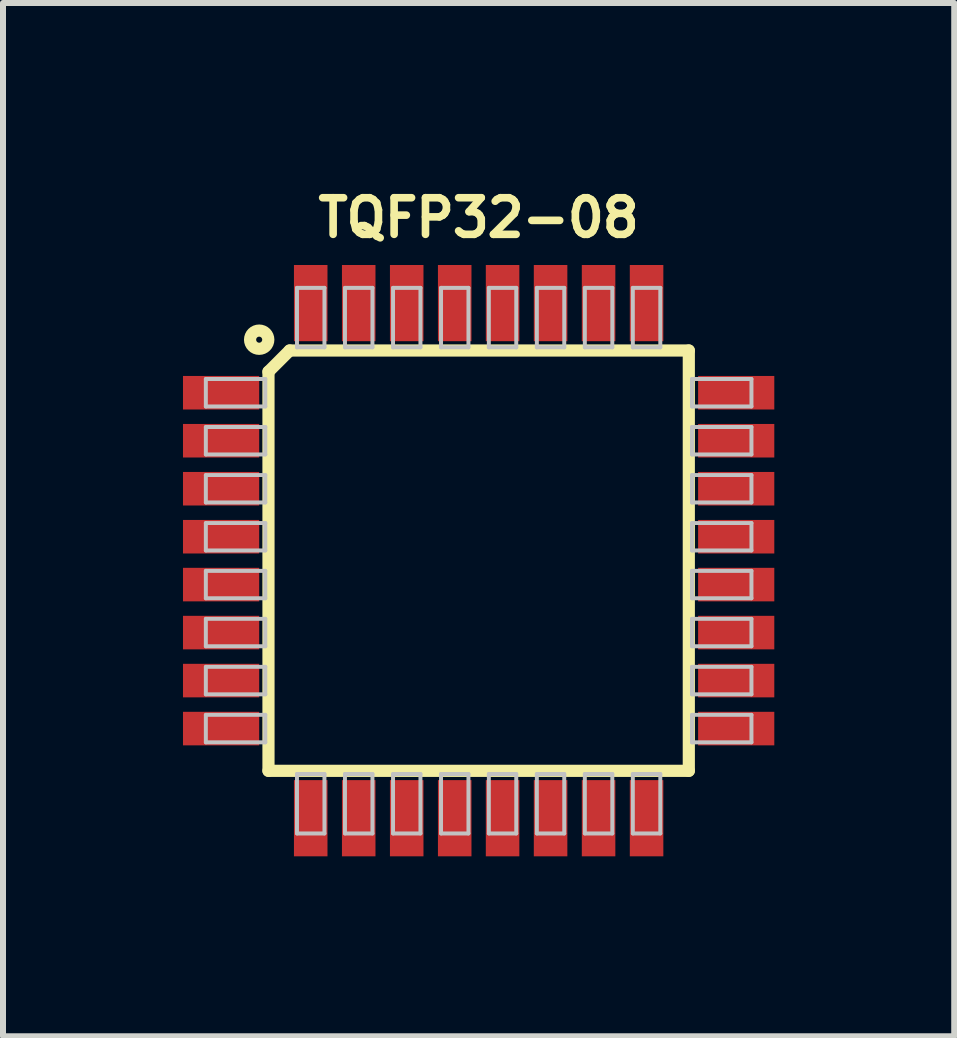
<source format=kicad_pcb>
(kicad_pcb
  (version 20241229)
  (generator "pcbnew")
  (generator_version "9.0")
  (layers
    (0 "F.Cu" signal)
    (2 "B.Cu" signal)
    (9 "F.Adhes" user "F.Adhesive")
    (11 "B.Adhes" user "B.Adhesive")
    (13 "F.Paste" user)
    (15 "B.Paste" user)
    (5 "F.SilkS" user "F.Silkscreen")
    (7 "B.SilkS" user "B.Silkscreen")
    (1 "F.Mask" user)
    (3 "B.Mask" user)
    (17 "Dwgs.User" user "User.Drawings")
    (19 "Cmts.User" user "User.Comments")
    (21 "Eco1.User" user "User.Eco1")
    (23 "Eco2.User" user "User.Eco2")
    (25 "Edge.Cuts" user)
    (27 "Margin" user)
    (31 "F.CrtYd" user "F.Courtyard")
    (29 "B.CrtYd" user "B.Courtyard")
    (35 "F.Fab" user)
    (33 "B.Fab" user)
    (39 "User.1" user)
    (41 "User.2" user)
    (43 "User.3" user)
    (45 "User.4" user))
  (footprint "TQFP32-08"
    (layer "F.Cu")
    (at 4.928 6.295)
    (property "Reference" "TQFP32-08" (at 0 -5.715 0) (layer "F.SilkS") (effects (font (size 0.61 0.61) (thickness 0.127))))
    (attr smd)
    (fp_line (start -3.503 3.503) (end -3.503 -3.15) (stroke (width 0.203) (type solid)) (layer "F.SilkS"))
    (fp_line (start -3.15 -3.503) (end -3.503 -3.15) (stroke (width 0.203) (type solid)) (layer "F.SilkS"))
    (fp_line (start -3.15 -3.503) (end 3.503 -3.503) (stroke (width 0.203) (type solid)) (layer "F.SilkS"))
    (fp_line (start 3.503 -3.503) (end 3.503 3.503) (stroke (width 0.203) (type solid)) (layer "F.SilkS"))
    (fp_line (start 3.503 3.503) (end -3.503 3.503) (stroke (width 0.203) (type solid)) (layer "F.SilkS"))
    (fp_circle (center -3.658 -3.683) (end -3.658 -3.835) (stroke (width 0.203) (type solid)) (fill no) (layer "F.SilkS"))
    (fp_line (start -4.547 -3.028) (end -3.556 -3.028) (stroke (width 0.066) (type solid)) (layer "Dwgs.User"))
    (fp_line (start -4.547 -2.57) (end -4.547 -3.028) (stroke (width 0.066) (type solid)) (layer "Dwgs.User"))
    (fp_line (start -4.547 -2.57) (end -3.556 -2.57) (stroke (width 0.066) (type solid)) (layer "Dwgs.User"))
    (fp_line (start -4.547 -2.228) (end -3.556 -2.228) (stroke (width 0.066) (type solid)) (layer "Dwgs.User"))
    (fp_line (start -4.547 -1.77) (end -4.547 -2.228) (stroke (width 0.066) (type solid)) (layer "Dwgs.User"))
    (fp_line (start -4.547 -1.77) (end -3.556 -1.77) (stroke (width 0.066) (type solid)) (layer "Dwgs.User"))
    (fp_line (start -4.547 -1.427) (end -3.556 -1.427) (stroke (width 0.066) (type solid)) (layer "Dwgs.User"))
    (fp_line (start -4.547 -0.97) (end -4.547 -1.427) (stroke (width 0.066) (type solid)) (layer "Dwgs.User"))
    (fp_line (start -4.547 -0.97) (end -3.556 -0.97) (stroke (width 0.066) (type solid)) (layer "Dwgs.User"))
    (fp_line (start -4.547 -0.627) (end -3.556 -0.627) (stroke (width 0.066) (type solid)) (layer "Dwgs.User"))
    (fp_line (start -4.547 -0.17) (end -4.547 -0.627) (stroke (width 0.066) (type solid)) (layer "Dwgs.User"))
    (fp_line (start -4.547 -0.17) (end -3.556 -0.17) (stroke (width 0.066) (type solid)) (layer "Dwgs.User"))
    (fp_line (start -4.547 0.17) (end -3.556 0.17) (stroke (width 0.066) (type solid)) (layer "Dwgs.User"))
    (fp_line (start -4.547 0.627) (end -4.547 0.17) (stroke (width 0.066) (type solid)) (layer "Dwgs.User"))
    (fp_line (start -4.547 0.627) (end -3.556 0.627) (stroke (width 0.066) (type solid)) (layer "Dwgs.User"))
    (fp_line (start -4.547 0.97) (end -3.556 0.97) (stroke (width 0.066) (type solid)) (layer "Dwgs.User"))
    (fp_line (start -4.547 1.427) (end -4.547 0.97) (stroke (width 0.066) (type solid)) (layer "Dwgs.User"))
    (fp_line (start -4.547 1.427) (end -3.556 1.427) (stroke (width 0.066) (type solid)) (layer "Dwgs.User"))
    (fp_line (start -4.547 1.77) (end -3.556 1.77) (stroke (width 0.066) (type solid)) (layer "Dwgs.User"))
    (fp_line (start -4.547 2.228) (end -4.547 1.77) (stroke (width 0.066) (type solid)) (layer "Dwgs.User"))
    (fp_line (start -4.547 2.228) (end -3.556 2.228) (stroke (width 0.066) (type solid)) (layer "Dwgs.User"))
    (fp_line (start -4.547 2.57) (end -3.556 2.57) (stroke (width 0.066) (type solid)) (layer "Dwgs.User"))
    (fp_line (start -4.547 3.028) (end -4.547 2.57) (stroke (width 0.066) (type solid)) (layer "Dwgs.User"))
    (fp_line (start -4.547 3.028) (end -3.556 3.028) (stroke (width 0.066) (type solid)) (layer "Dwgs.User"))
    (fp_line (start -3.556 -2.57) (end -3.556 -3.028) (stroke (width 0.066) (type solid)) (layer "Dwgs.User"))
    (fp_line (start -3.556 -1.77) (end -3.556 -2.228) (stroke (width 0.066) (type solid)) (layer "Dwgs.User"))
    (fp_line (start -3.556 -0.97) (end -3.556 -1.427) (stroke (width 0.066) (type solid)) (layer "Dwgs.User"))
    (fp_line (start -3.556 -0.17) (end -3.556 -0.627) (stroke (width 0.066) (type solid)) (layer "Dwgs.User"))
    (fp_line (start -3.556 0.627) (end -3.556 0.17) (stroke (width 0.066) (type solid)) (layer "Dwgs.User"))
    (fp_line (start -3.556 1.427) (end -3.556 0.97) (stroke (width 0.066) (type solid)) (layer "Dwgs.User"))
    (fp_line (start -3.556 2.228) (end -3.556 1.77) (stroke (width 0.066) (type solid)) (layer "Dwgs.User"))
    (fp_line (start -3.556 3.028) (end -3.556 2.57) (stroke (width 0.066) (type solid)) (layer "Dwgs.User"))
    (fp_line (start -3.028 -4.547) (end -2.57 -4.547) (stroke (width 0.066) (type solid)) (layer "Dwgs.User"))
    (fp_line (start -3.028 -3.556) (end -3.028 -4.547) (stroke (width 0.066) (type solid)) (layer "Dwgs.User"))
    (fp_line (start -3.028 -3.556) (end -2.57 -3.556) (stroke (width 0.066) (type solid)) (layer "Dwgs.User"))
    (fp_line (start -3.028 3.556) (end -2.57 3.556) (stroke (width 0.066) (type solid)) (layer "Dwgs.User"))
    (fp_line (start -3.028 4.547) (end -3.028 3.556) (stroke (width 0.066) (type solid)) (layer "Dwgs.User"))
    (fp_line (start -3.028 4.547) (end -2.57 4.547) (stroke (width 0.066) (type solid)) (layer "Dwgs.User"))
    (fp_line (start -2.57 -3.556) (end -2.57 -4.547) (stroke (width 0.066) (type solid)) (layer "Dwgs.User"))
    (fp_line (start -2.57 4.547) (end -2.57 3.556) (stroke (width 0.066) (type solid)) (layer "Dwgs.User"))
    (fp_line (start -2.228 -4.547) (end -1.77 -4.547) (stroke (width 0.066) (type solid)) (layer "Dwgs.User"))
    (fp_line (start -2.228 -3.556) (end -2.228 -4.547) (stroke (width 0.066) (type solid)) (layer "Dwgs.User"))
    (fp_line (start -2.228 -3.556) (end -1.77 -3.556) (stroke (width 0.066) (type solid)) (layer "Dwgs.User"))
    (fp_line (start -2.228 3.556) (end -1.77 3.556) (stroke (width 0.066) (type solid)) (layer "Dwgs.User"))
    (fp_line (start -2.228 4.547) (end -2.228 3.556) (stroke (width 0.066) (type solid)) (layer "Dwgs.User"))
    (fp_line (start -2.228 4.547) (end -1.77 4.547) (stroke (width 0.066) (type solid)) (layer "Dwgs.User"))
    (fp_line (start -1.77 -3.556) (end -1.77 -4.547) (stroke (width 0.066) (type solid)) (layer "Dwgs.User"))
    (fp_line (start -1.77 4.547) (end -1.77 3.556) (stroke (width 0.066) (type solid)) (layer "Dwgs.User"))
    (fp_line (start -1.427 -4.547) (end -0.97 -4.547) (stroke (width 0.066) (type solid)) (layer "Dwgs.User"))
    (fp_line (start -1.427 -3.556) (end -1.427 -4.547) (stroke (width 0.066) (type solid)) (layer "Dwgs.User"))
    (fp_line (start -1.427 -3.556) (end -0.97 -3.556) (stroke (width 0.066) (type solid)) (layer "Dwgs.User"))
    (fp_line (start -1.427 3.556) (end -0.97 3.556) (stroke (width 0.066) (type solid)) (layer "Dwgs.User"))
    (fp_line (start -1.427 4.547) (end -1.427 3.556) (stroke (width 0.066) (type solid)) (layer "Dwgs.User"))
    (fp_line (start -1.427 4.547) (end -0.97 4.547) (stroke (width 0.066) (type solid)) (layer "Dwgs.User"))
    (fp_line (start -0.97 -3.556) (end -0.97 -4.547) (stroke (width 0.066) (type solid)) (layer "Dwgs.User"))
    (fp_line (start -0.97 4.547) (end -0.97 3.556) (stroke (width 0.066) (type solid)) (layer "Dwgs.User"))
    (fp_line (start -0.627 -4.547) (end -0.17 -4.547) (stroke (width 0.066) (type solid)) (layer "Dwgs.User"))
    (fp_line (start -0.627 -3.556) (end -0.627 -4.547) (stroke (width 0.066) (type solid)) (layer "Dwgs.User"))
    (fp_line (start -0.627 -3.556) (end -0.17 -3.556) (stroke (width 0.066) (type solid)) (layer "Dwgs.User"))
    (fp_line (start -0.627 3.556) (end -0.17 3.556) (stroke (width 0.066) (type solid)) (layer "Dwgs.User"))
    (fp_line (start -0.627 4.547) (end -0.627 3.556) (stroke (width 0.066) (type solid)) (layer "Dwgs.User"))
    (fp_line (start -0.627 4.547) (end -0.17 4.547) (stroke (width 0.066) (type solid)) (layer "Dwgs.User"))
    (fp_line (start -0.17 -3.556) (end -0.17 -4.547) (stroke (width 0.066) (type solid)) (layer "Dwgs.User"))
    (fp_line (start -0.17 4.547) (end -0.17 3.556) (stroke (width 0.066) (type solid)) (layer "Dwgs.User"))
    (fp_line (start 0.17 -4.547) (end 0.627 -4.547) (stroke (width 0.066) (type solid)) (layer "Dwgs.User"))
    (fp_line (start 0.17 -3.556) (end 0.17 -4.547) (stroke (width 0.066) (type solid)) (layer "Dwgs.User"))
    (fp_line (start 0.17 -3.556) (end 0.627 -3.556) (stroke (width 0.066) (type solid)) (layer "Dwgs.User"))
    (fp_line (start 0.17 3.556) (end 0.627 3.556) (stroke (width 0.066) (type solid)) (layer "Dwgs.User"))
    (fp_line (start 0.17 4.547) (end 0.17 3.556) (stroke (width 0.066) (type solid)) (layer "Dwgs.User"))
    (fp_line (start 0.17 4.547) (end 0.627 4.547) (stroke (width 0.066) (type solid)) (layer "Dwgs.User"))
    (fp_line (start 0.627 -3.556) (end 0.627 -4.547) (stroke (width 0.066) (type solid)) (layer "Dwgs.User"))
    (fp_line (start 0.627 4.547) (end 0.627 3.556) (stroke (width 0.066) (type solid)) (layer "Dwgs.User"))
    (fp_line (start 0.97 -4.547) (end 1.427 -4.547) (stroke (width 0.066) (type solid)) (layer "Dwgs.User"))
    (fp_line (start 0.97 -3.556) (end 0.97 -4.547) (stroke (width 0.066) (type solid)) (layer "Dwgs.User"))
    (fp_line (start 0.97 -3.556) (end 1.427 -3.556) (stroke (width 0.066) (type solid)) (layer "Dwgs.User"))
    (fp_line (start 0.97 3.556) (end 1.427 3.556) (stroke (width 0.066) (type solid)) (layer "Dwgs.User"))
    (fp_line (start 0.97 4.547) (end 0.97 3.556) (stroke (width 0.066) (type solid)) (layer "Dwgs.User"))
    (fp_line (start 0.97 4.547) (end 1.427 4.547) (stroke (width 0.066) (type solid)) (layer "Dwgs.User"))
    (fp_line (start 1.427 -3.556) (end 1.427 -4.547) (stroke (width 0.066) (type solid)) (layer "Dwgs.User"))
    (fp_line (start 1.427 4.547) (end 1.427 3.556) (stroke (width 0.066) (type solid)) (layer "Dwgs.User"))
    (fp_line (start 1.77 -4.547) (end 2.228 -4.547) (stroke (width 0.066) (type solid)) (layer "Dwgs.User"))
    (fp_line (start 1.77 -3.556) (end 1.77 -4.547) (stroke (width 0.066) (type solid)) (layer "Dwgs.User"))
    (fp_line (start 1.77 -3.556) (end 2.228 -3.556) (stroke (width 0.066) (type solid)) (layer "Dwgs.User"))
    (fp_line (start 1.77 3.556) (end 2.228 3.556) (stroke (width 0.066) (type solid)) (layer "Dwgs.User"))
    (fp_line (start 1.77 4.547) (end 1.77 3.556) (stroke (width 0.066) (type solid)) (layer "Dwgs.User"))
    (fp_line (start 1.77 4.547) (end 2.228 4.547) (stroke (width 0.066) (type solid)) (layer "Dwgs.User"))
    (fp_line (start 2.228 -3.556) (end 2.228 -4.547) (stroke (width 0.066) (type solid)) (layer "Dwgs.User"))
    (fp_line (start 2.228 4.547) (end 2.228 3.556) (stroke (width 0.066) (type solid)) (layer "Dwgs.User"))
    (fp_line (start 2.57 -4.547) (end 3.028 -4.547) (stroke (width 0.066) (type solid)) (layer "Dwgs.User"))
    (fp_line (start 2.57 -3.556) (end 2.57 -4.547) (stroke (width 0.066) (type solid)) (layer "Dwgs.User"))
    (fp_line (start 2.57 -3.556) (end 3.028 -3.556) (stroke (width 0.066) (type solid)) (layer "Dwgs.User"))
    (fp_line (start 2.57 3.556) (end 3.028 3.556) (stroke (width 0.066) (type solid)) (layer "Dwgs.User"))
    (fp_line (start 2.57 4.547) (end 2.57 3.556) (stroke (width 0.066) (type solid)) (layer "Dwgs.User"))
    (fp_line (start 2.57 4.547) (end 3.028 4.547) (stroke (width 0.066) (type solid)) (layer "Dwgs.User"))
    (fp_line (start 3.028 -3.556) (end 3.028 -4.547) (stroke (width 0.066) (type solid)) (layer "Dwgs.User"))
    (fp_line (start 3.028 4.547) (end 3.028 3.556) (stroke (width 0.066) (type solid)) (layer "Dwgs.User"))
    (fp_line (start 3.556 -3.028) (end 4.547 -3.028) (stroke (width 0.066) (type solid)) (layer "Dwgs.User"))
    (fp_line (start 3.556 -2.57) (end 3.556 -3.028) (stroke (width 0.066) (type solid)) (layer "Dwgs.User"))
    (fp_line (start 3.556 -2.57) (end 4.547 -2.57) (stroke (width 0.066) (type solid)) (layer "Dwgs.User"))
    (fp_line (start 3.556 -2.228) (end 4.547 -2.228) (stroke (width 0.066) (type solid)) (layer "Dwgs.User"))
    (fp_line (start 3.556 -1.77) (end 3.556 -2.228) (stroke (width 0.066) (type solid)) (layer "Dwgs.User"))
    (fp_line (start 3.556 -1.77) (end 4.547 -1.77) (stroke (width 0.066) (type solid)) (layer "Dwgs.User"))
    (fp_line (start 3.556 -1.427) (end 4.547 -1.427) (stroke (width 0.066) (type solid)) (layer "Dwgs.User"))
    (fp_line (start 3.556 -0.97) (end 3.556 -1.427) (stroke (width 0.066) (type solid)) (layer "Dwgs.User"))
    (fp_line (start 3.556 -0.97) (end 4.547 -0.97) (stroke (width 0.066) (type solid)) (layer "Dwgs.User"))
    (fp_line (start 3.556 -0.627) (end 4.547 -0.627) (stroke (width 0.066) (type solid)) (layer "Dwgs.User"))
    (fp_line (start 3.556 -0.17) (end 3.556 -0.627) (stroke (width 0.066) (type solid)) (layer "Dwgs.User"))
    (fp_line (start 3.556 -0.17) (end 4.547 -0.17) (stroke (width 0.066) (type solid)) (layer "Dwgs.User"))
    (fp_line (start 3.556 0.17) (end 4.547 0.17) (stroke (width 0.066) (type solid)) (layer "Dwgs.User"))
    (fp_line (start 3.556 0.627) (end 3.556 0.17) (stroke (width 0.066) (type solid)) (layer "Dwgs.User"))
    (fp_line (start 3.556 0.627) (end 4.547 0.627) (stroke (width 0.066) (type solid)) (layer "Dwgs.User"))
    (fp_line (start 3.556 0.97) (end 4.547 0.97) (stroke (width 0.066) (type solid)) (layer "Dwgs.User"))
    (fp_line (start 3.556 1.427) (end 3.556 0.97) (stroke (width 0.066) (type solid)) (layer "Dwgs.User"))
    (fp_line (start 3.556 1.427) (end 4.547 1.427) (stroke (width 0.066) (type solid)) (layer "Dwgs.User"))
    (fp_line (start 3.556 1.77) (end 4.547 1.77) (stroke (width 0.066) (type solid)) (layer "Dwgs.User"))
    (fp_line (start 3.556 2.228) (end 3.556 1.77) (stroke (width 0.066) (type solid)) (layer "Dwgs.User"))
    (fp_line (start 3.556 2.228) (end 4.547 2.228) (stroke (width 0.066) (type solid)) (layer "Dwgs.User"))
    (fp_line (start 3.556 2.57) (end 4.547 2.57) (stroke (width 0.066) (type solid)) (layer "Dwgs.User"))
    (fp_line (start 3.556 3.028) (end 3.556 2.57) (stroke (width 0.066) (type solid)) (layer "Dwgs.User"))
    (fp_line (start 3.556 3.028) (end 4.547 3.028) (stroke (width 0.066) (type solid)) (layer "Dwgs.User"))
    (fp_line (start 4.547 -2.57) (end 4.547 -3.028) (stroke (width 0.066) (type solid)) (layer "Dwgs.User"))
    (fp_line (start 4.547 -1.77) (end 4.547 -2.228) (stroke (width 0.066) (type solid)) (layer "Dwgs.User"))
    (fp_line (start 4.547 -0.97) (end 4.547 -1.427) (stroke (width 0.066) (type solid)) (layer "Dwgs.User"))
    (fp_line (start 4.547 -0.17) (end 4.547 -0.627) (stroke (width 0.066) (type solid)) (layer "Dwgs.User"))
    (fp_line (start 4.547 0.627) (end 4.547 0.17) (stroke (width 0.066) (type solid)) (layer "Dwgs.User"))
    (fp_line (start 4.547 1.427) (end 4.547 0.97) (stroke (width 0.066) (type solid)) (layer "Dwgs.User"))
    (fp_line (start 4.547 2.228) (end 4.547 1.77) (stroke (width 0.066) (type solid)) (layer "Dwgs.User"))
    (fp_line (start 4.547 3.028) (end 4.547 2.57) (stroke (width 0.066) (type solid)) (layer "Dwgs.User"))
    (pad "1" smd rect (at -4.293 -2.799) (size 1.27 0.559) (layers "F.Cu" "F.Mask" "F.Paste"))
    (pad "2" smd rect (at -4.293 -1.999) (size 1.27 0.559) (layers "F.Cu" "F.Mask" "F.Paste"))
    (pad "3" smd rect (at -4.293 -1.199) (size 1.27 0.559) (layers "F.Cu" "F.Mask" "F.Paste"))
    (pad "4" smd rect (at -4.293 -0.399) (size 1.27 0.559) (layers "F.Cu" "F.Mask" "F.Paste"))
    (pad "5" smd rect (at -4.293 0.399) (size 1.27 0.559) (layers "F.Cu" "F.Mask" "F.Paste"))
    (pad "6" smd rect (at -4.293 1.199) (size 1.27 0.559) (layers "F.Cu" "F.Mask" "F.Paste"))
    (pad "7" smd rect (at -4.293 1.999) (size 1.27 0.559) (layers "F.Cu" "F.Mask" "F.Paste"))
    (pad "8" smd rect (at -4.293 2.799) (size 1.27 0.559) (layers "F.Cu" "F.Mask" "F.Paste"))
    (pad "9" smd rect (at -2.799 4.293) (size 0.559 1.27) (layers "F.Cu" "F.Mask" "F.Paste"))
    (pad "10" smd rect (at -1.999 4.293) (size 0.559 1.27) (layers "F.Cu" "F.Mask" "F.Paste"))
    (pad "11" smd rect (at -1.199 4.293) (size 0.559 1.27) (layers "F.Cu" "F.Mask" "F.Paste"))
    (pad "12" smd rect (at -0.399 4.293) (size 0.559 1.27) (layers "F.Cu" "F.Mask" "F.Paste"))
    (pad "13" smd rect (at 0.399 4.293) (size 0.559 1.27) (layers "F.Cu" "F.Mask" "F.Paste"))
    (pad "14" smd rect (at 1.199 4.293) (size 0.559 1.27) (layers "F.Cu" "F.Mask" "F.Paste"))
    (pad "15" smd rect (at 1.999 4.293) (size 0.559 1.27) (layers "F.Cu" "F.Mask" "F.Paste"))
    (pad "16" smd rect (at 2.799 4.293) (size 0.559 1.27) (layers "F.Cu" "F.Mask" "F.Paste"))
    (pad "17" smd rect (at 4.293 2.799) (size 1.27 0.559) (layers "F.Cu" "F.Mask" "F.Paste"))
    (pad "18" smd rect (at 4.293 1.999) (size 1.27 0.559) (layers "F.Cu" "F.Mask" "F.Paste"))
    (pad "19" smd rect (at 4.293 1.199) (size 1.27 0.559) (layers "F.Cu" "F.Mask" "F.Paste"))
    (pad "20" smd rect (at 4.293 0.399) (size 1.27 0.559) (layers "F.Cu" "F.Mask" "F.Paste"))
    (pad "21" smd rect (at 4.293 -0.399) (size 1.27 0.559) (layers "F.Cu" "F.Mask" "F.Paste"))
    (pad "22" smd rect (at 4.293 -1.199) (size 1.27 0.559) (layers "F.Cu" "F.Mask" "F.Paste"))
    (pad "23" smd rect (at 4.293 -1.999) (size 1.27 0.559) (layers "F.Cu" "F.Mask" "F.Paste"))
    (pad "24" smd rect (at 4.293 -2.799) (size 1.27 0.559) (layers "F.Cu" "F.Mask" "F.Paste"))
    (pad "25" smd rect (at 2.799 -4.293) (size 0.559 1.27) (layers "F.Cu" "F.Mask" "F.Paste"))
    (pad "26" smd rect (at 1.999 -4.293) (size 0.559 1.27) (layers "F.Cu" "F.Mask" "F.Paste"))
    (pad "27" smd rect (at 1.199 -4.293) (size 0.559 1.27) (layers "F.Cu" "F.Mask" "F.Paste"))
    (pad "28" smd rect (at 0.399 -4.293) (size 0.559 1.27) (layers "F.Cu" "F.Mask" "F.Paste"))
    (pad "29" smd rect (at -0.399 -4.293) (size 0.559 1.27) (layers "F.Cu" "F.Mask" "F.Paste"))
    (pad "30" smd rect (at -1.199 -4.293) (size 0.559 1.27) (layers "F.Cu" "F.Mask" "F.Paste"))
    (pad "31" smd rect (at -1.999 -4.293) (size 0.559 1.27) (layers "F.Cu" "F.Mask" "F.Paste"))
    (pad "32" smd rect (at -2.799 -4.293) (size 0.559 1.27) (layers "F.Cu" "F.Mask" "F.Paste")))
  (gr_rect
    (start -3 -3)
    (end 12.855 14.222)
    (stroke (width 0.1) (type default))
    (fill no)
    (layer "Edge.Cuts")))
</source>
